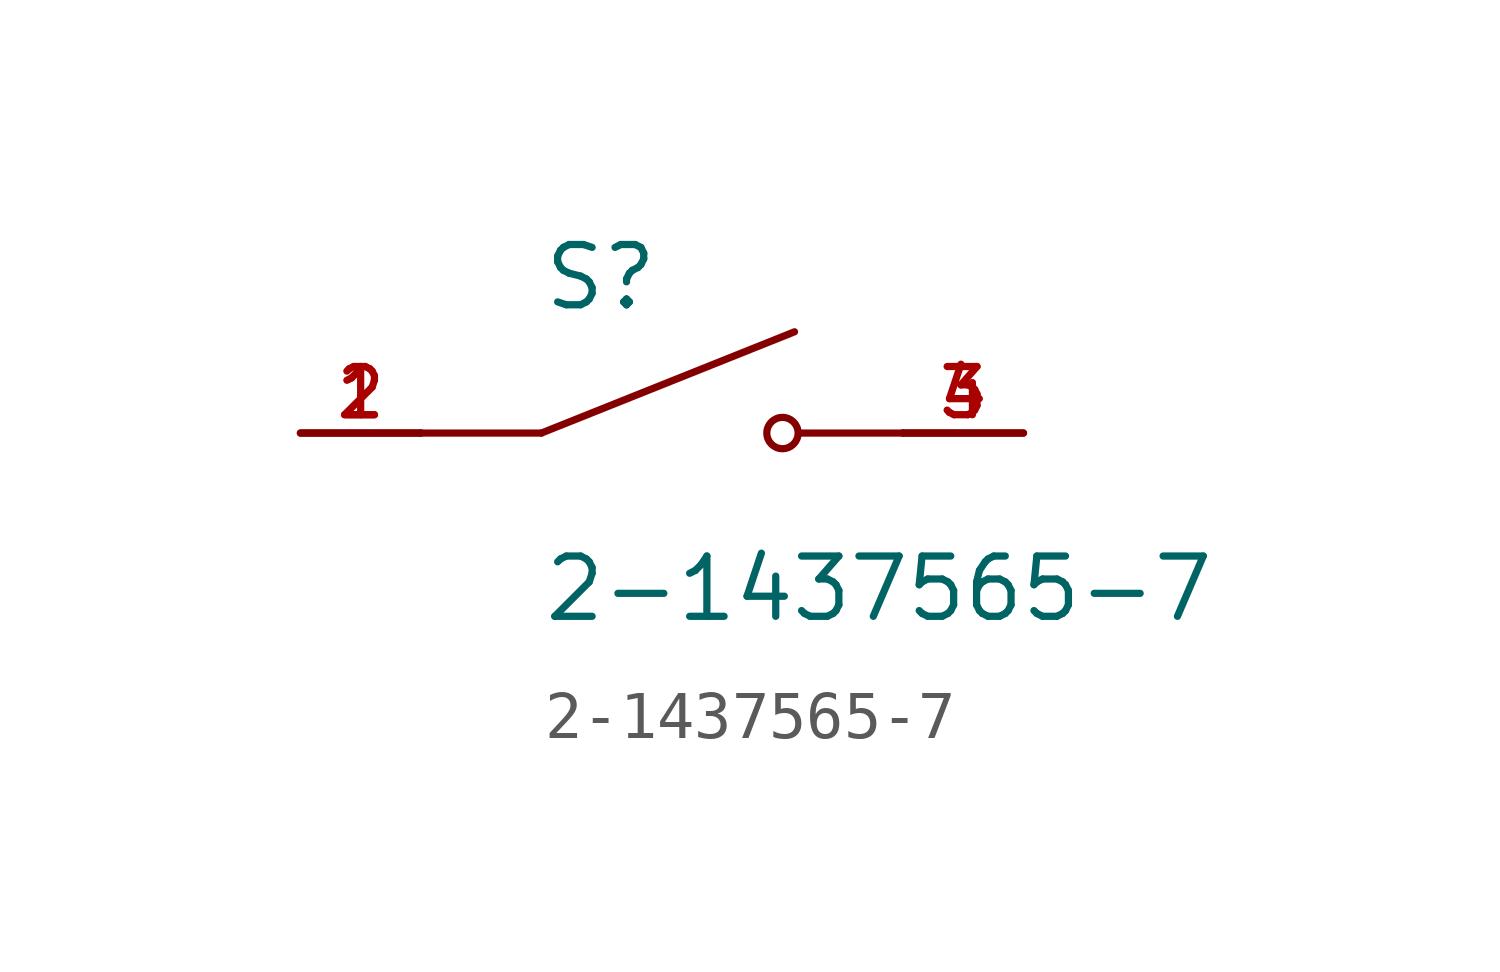
<source format=kicad_sym>
(kicad_symbol_lib
  (version 20211014)
  (generator kicad_symbol_editor)
  (symbol "2-1437565-7"
    (pin_names
      (offset 1.016))
    (property "Reference" "S"
      (at -2.54 2.54 0)
      (effects (font (size 1.27 1.27)) (justify bottom left)))
    (property "Value" "2-1437565-7"
      (at -2.54 -2.54 0)
      (effects (font (size 1.27 1.27)) (justify top left)))
    (symbol "2-1437565-7_0_0"
      (polyline (pts (xy -2.54 0.0) (xy 2.794 2.134)) (stroke (width 0.152)))
      (circle (center 2.54 0.0) (radius 0.33) (stroke (width 0.152)) (fill (type none)))
      (polyline (pts (xy 5.08 0.0) (xy 2.921 0.0)) (stroke (width 0.152)))
      (polyline (pts (xy -2.54 0.0) (xy -5.08 0.0)) (stroke (width 0.152)))
      (pin passive line (at -7.62 0.0 0) (length 2.54) (name "~" (effects (font (size 1.016 1.016)))) (number "1" (effects (font (size 1.016 1.016)))))
      (pin passive line (at -7.62 0.0 0) (length 2.54) (name "~" (effects (font (size 1.016 1.016)))) (number "2" (effects (font (size 1.016 1.016)))))
      (pin passive line (at 7.62 0.0 180.0) (length 2.54) (name "~" (effects (font (size 1.016 1.016)))) (number "3" (effects (font (size 1.016 1.016)))))
      (pin passive line (at 7.62 0.0 180.0) (length 2.54) (name "~" (effects (font (size 1.016 1.016)))) (number "4" (effects (font (size 1.016 1.016))))))))
</source>
